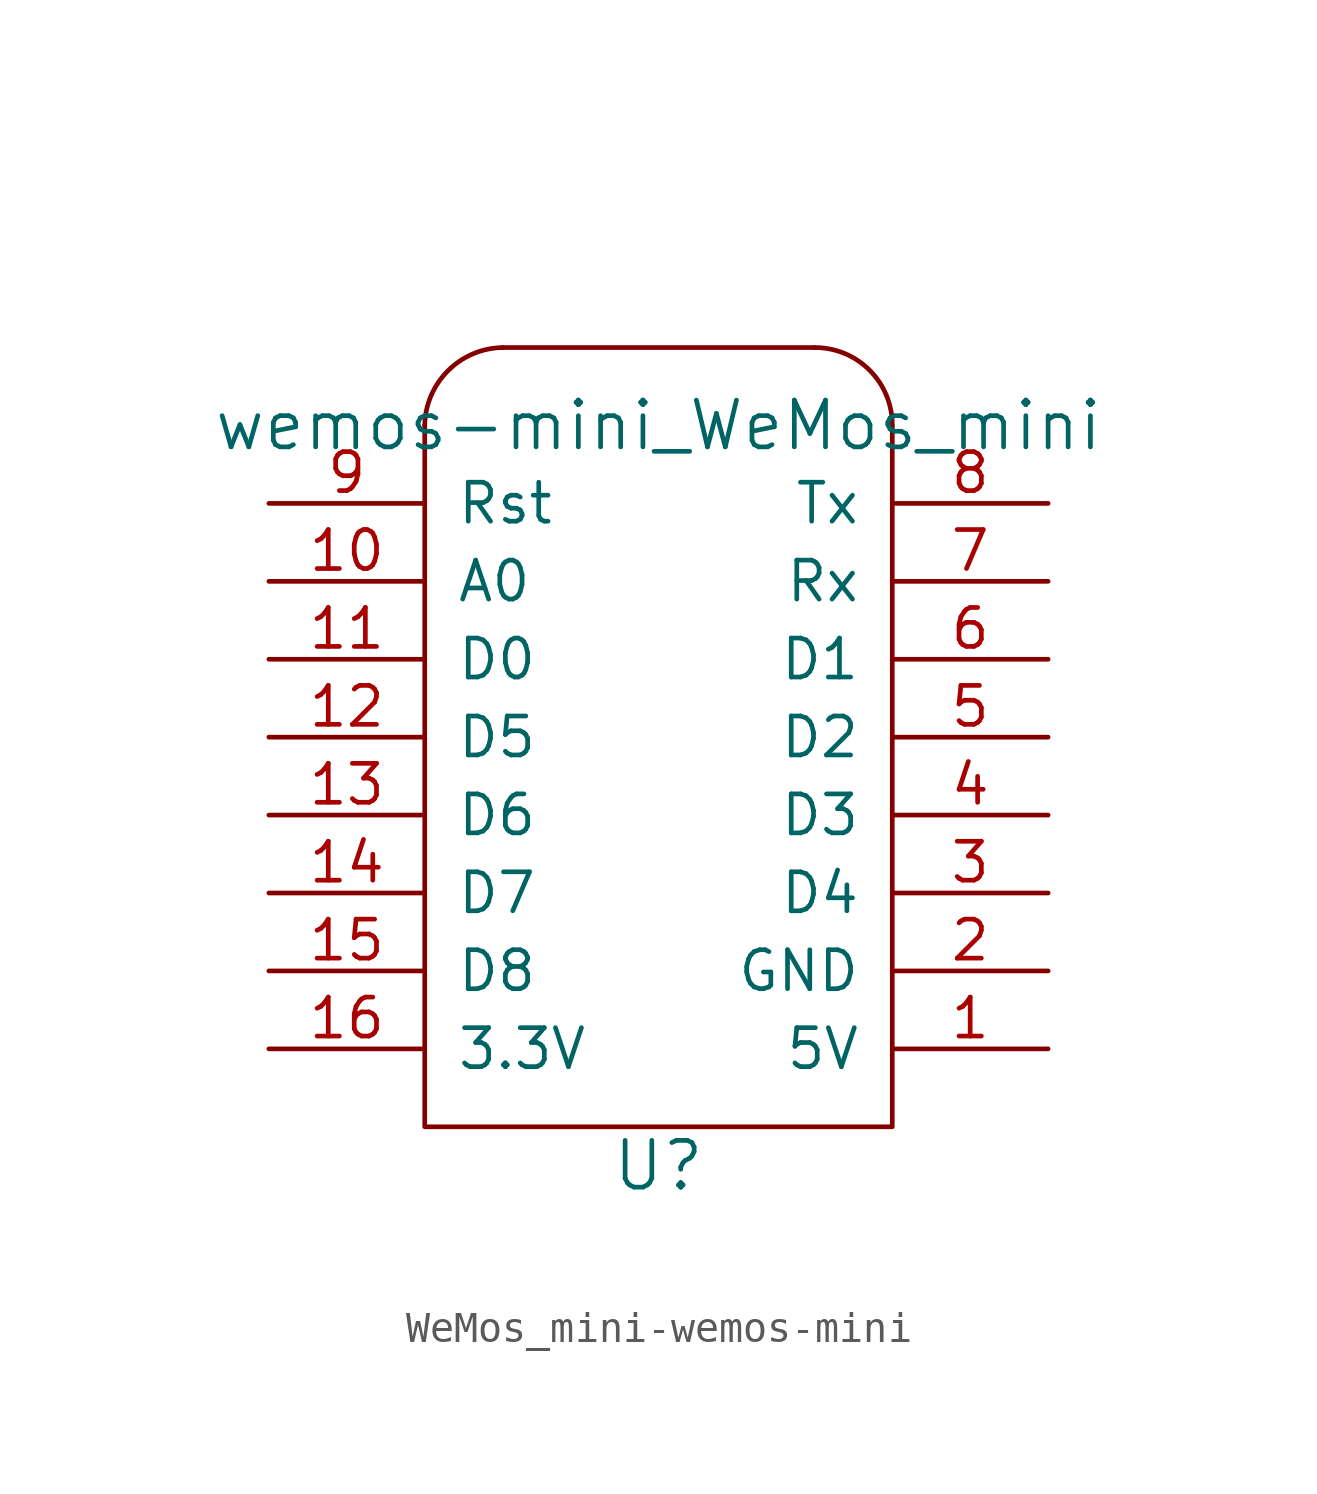
<source format=kicad_sym>
(kicad_symbol_lib
  (version 20220914)
  (generator kicad_symbol_editor)
  (symbol "WeMos_mini-wemos-mini"
    (pin_names
      (offset 1.016))
    (property "Reference" "U"
      (at -1.27 -16.51 0)
      (effects (font (size 1.524 1.524))))
    (property "Value" "wemos-mini_WeMos_mini"
      (at -1.27 7.62 0)
      (effects (font (size 1.524 1.524))))
    (property "Footprint" ""
      (at -15.24 13.97 0)
      (effects (font (size 1.524 1.524))))
    (property "Datasheet" ""
      (at -15.24 13.97 0)
      (effects (font (size 1.524 1.524))))
    (symbol "WeMos_mini-wemos-mini_0_1"
      (arc (start -6.35 10.16) (mid -8.1297 9.4071) (end -8.89 7.62) (stroke (width 0) (type solid)) (fill (type none)))
      (polyline (pts (xy -6.35 10.16) (xy 3.81 10.16)) (stroke (width 0) (type solid)) (fill (type none)))
      (polyline (pts (xy -8.89 7.62) (xy -8.89 -15.24) (xy 6.35 -15.24) (xy 6.35 7.62)) (stroke (width 0) (type solid)) (fill (type none)))
      (arc (start 6.35 7.62) (mid 5.6077 9.4249) (end 3.81 10.16) (stroke (width 0) (type solid)) (fill (type none))))
    (symbol "WeMos_mini-wemos-mini_1_1"
      (pin power_in line (at 11.43 -12.7 180) (length 5.08) (name "5V" (effects (font (size 1.27 1.27)))) (number "1" (effects (font (size 1.27 1.27)))))
      (pin bidirectional line (at -13.97 2.54 0) (length 5.08) (name "A0" (effects (font (size 1.27 1.27)))) (number "10" (effects (font (size 1.27 1.27)))))
      (pin bidirectional line (at -13.97 0 0) (length 5.08) (name "D0" (effects (font (size 1.27 1.27)))) (number "11" (effects (font (size 1.27 1.27)))))
      (pin bidirectional line (at -13.97 -2.54 0) (length 5.08) (name "D5" (effects (font (size 1.27 1.27)))) (number "12" (effects (font (size 1.27 1.27)))))
      (pin bidirectional line (at -13.97 -5.08 0) (length 5.08) (name "D6" (effects (font (size 1.27 1.27)))) (number "13" (effects (font (size 1.27 1.27)))))
      (pin bidirectional line (at -13.97 -7.62 0) (length 5.08) (name "D7" (effects (font (size 1.27 1.27)))) (number "14" (effects (font (size 1.27 1.27)))))
      (pin bidirectional line (at -13.97 -10.16 0) (length 5.08) (name "D8" (effects (font (size 1.27 1.27)))) (number "15" (effects (font (size 1.27 1.27)))))
      (pin power_in line (at -13.97 -12.7 0) (length 5.08) (name "3.3V" (effects (font (size 1.27 1.27)))) (number "16" (effects (font (size 1.27 1.27)))))
      (pin power_in line (at 11.43 -10.16 180) (length 5.08) (name "GND" (effects (font (size 1.27 1.27)))) (number "2" (effects (font (size 1.27 1.27)))))
      (pin bidirectional line (at 11.43 -7.62 180) (length 5.08) (name "D4" (effects (font (size 1.27 1.27)))) (number "3" (effects (font (size 1.27 1.27)))))
      (pin bidirectional line (at 11.43 -5.08 180) (length 5.08) (name "D3" (effects (font (size 1.27 1.27)))) (number "4" (effects (font (size 1.27 1.27)))))
      (pin bidirectional line (at 11.43 -2.54 180) (length 5.08) (name "D2" (effects (font (size 1.27 1.27)))) (number "5" (effects (font (size 1.27 1.27)))))
      (pin bidirectional line (at 11.43 0 180) (length 5.08) (name "D1" (effects (font (size 1.27 1.27)))) (number "6" (effects (font (size 1.27 1.27)))))
      (pin bidirectional line (at 11.43 2.54 180) (length 5.08) (name "Rx" (effects (font (size 1.27 1.27)))) (number "7" (effects (font (size 1.27 1.27)))))
      (pin bidirectional line (at 11.43 5.08 180) (length 5.08) (name "Tx" (effects (font (size 1.27 1.27)))) (number "8" (effects (font (size 1.27 1.27)))))
      (pin bidirectional line (at -13.97 5.08 0) (length 5.08) (name "Rst" (effects (font (size 1.27 1.27)))) (number "9" (effects (font (size 1.27 1.27))))))))
</source>
